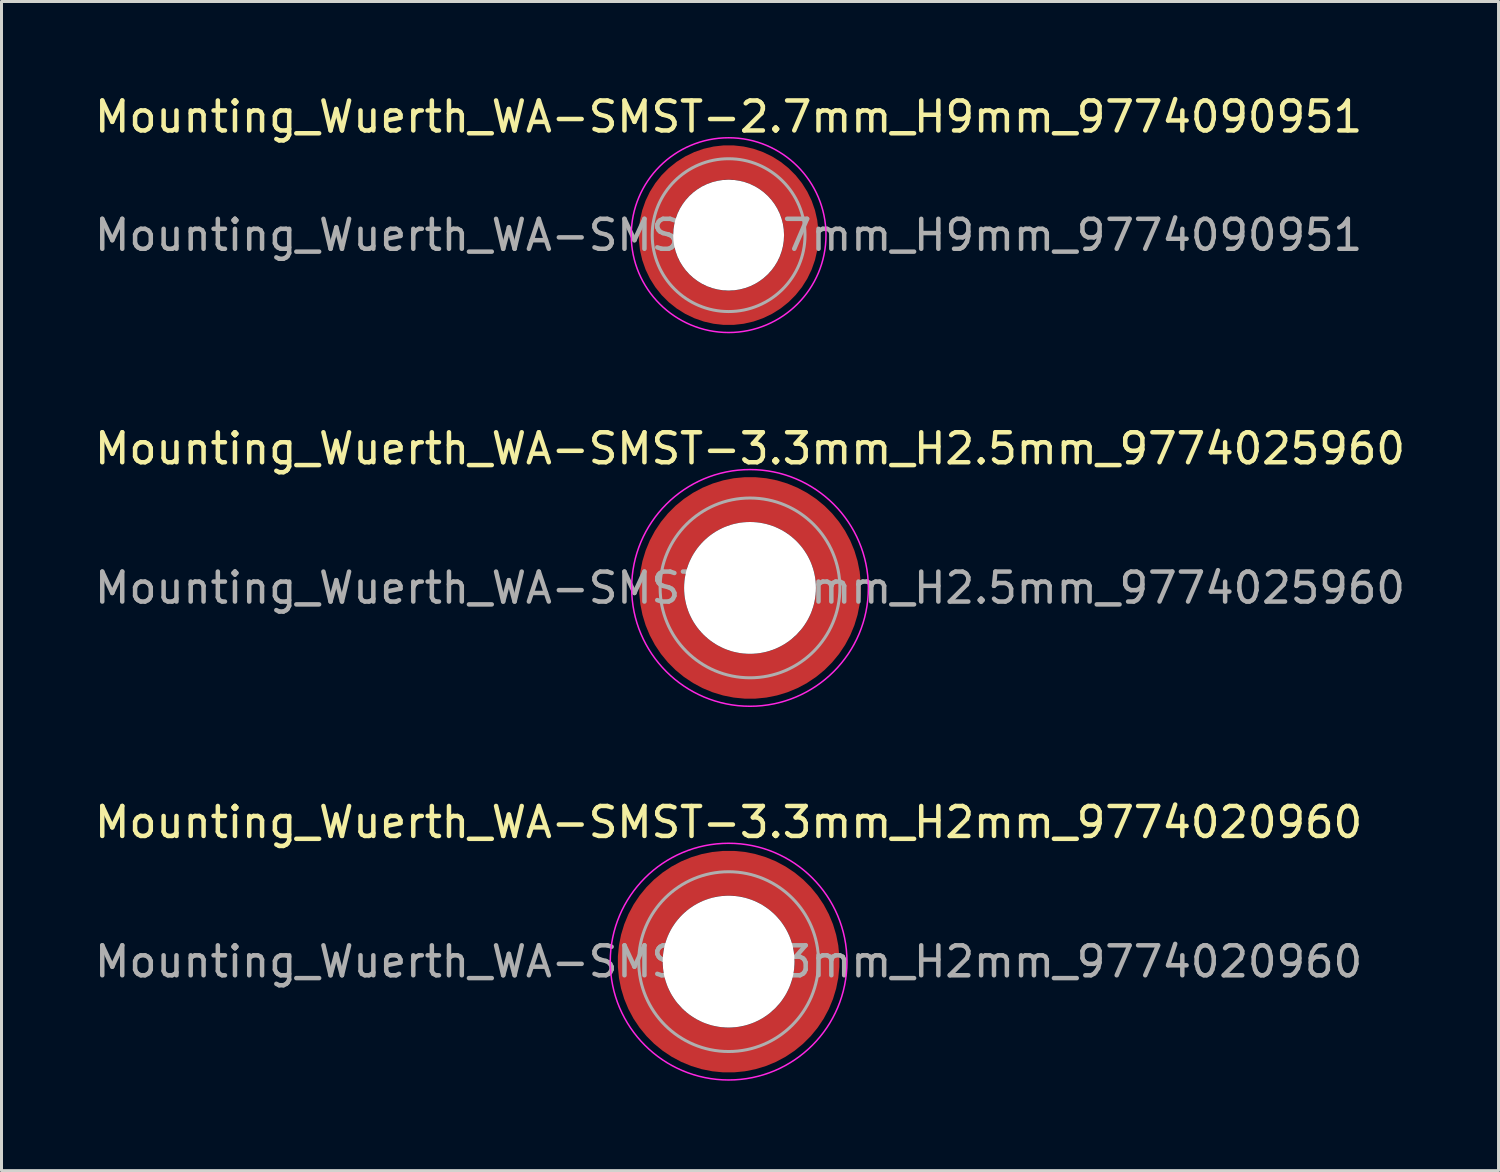
<source format=kicad_pcb>
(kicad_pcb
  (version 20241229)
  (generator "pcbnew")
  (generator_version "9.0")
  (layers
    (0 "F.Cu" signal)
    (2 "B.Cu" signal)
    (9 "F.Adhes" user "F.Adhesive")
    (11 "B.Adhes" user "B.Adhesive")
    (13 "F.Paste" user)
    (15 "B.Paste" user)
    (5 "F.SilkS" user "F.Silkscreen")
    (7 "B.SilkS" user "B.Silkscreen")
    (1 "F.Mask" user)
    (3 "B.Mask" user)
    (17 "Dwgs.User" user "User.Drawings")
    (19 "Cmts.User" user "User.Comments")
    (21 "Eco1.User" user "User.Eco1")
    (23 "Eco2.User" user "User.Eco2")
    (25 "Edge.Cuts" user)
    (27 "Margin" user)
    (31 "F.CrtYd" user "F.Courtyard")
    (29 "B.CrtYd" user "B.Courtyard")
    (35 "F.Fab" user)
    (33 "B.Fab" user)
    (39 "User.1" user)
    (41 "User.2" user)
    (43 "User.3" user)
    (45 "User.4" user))
  (footprint "Mounting_Wuerth_WA-SMST-2.7mm_H9mm_9774090951"
    (layer "F.Cu")
    (at 21.268 4.798)
    (property "Reference" "Mounting_Wuerth_WA-SMST-2.7mm_H9mm_9774090951" (at 0 -3.95 0) (layer "F.SilkS") (effects (font (size 1 1) (thickness 0.15))))
    (attr smd allow_soldermask_bridges)
    (fp_circle (center 0 0) (end 3.25 0) (stroke (width 0.05) (type solid)) (fill no) (layer "F.CrtYd"))
    (fp_circle (center 0 0) (end 2.55 0) (stroke (width 0.1) (type solid)) (fill no) (layer "F.Fab"))
    (fp_text user "${REFERENCE}" (at 0 0 0) (layer "F.Fab") (effects (font (size 1 1) (thickness 0.15))))
    (pad "" smd custom (at -1.704 -1.704) (size 0.51 0.51) (layers "F.Paste") (options (anchor circle)) (primitives (gr_arc (start -0.250195 1.279127) (mid 0.289914 0.289914) (end 1.279127 -0.250195) (width 0.2)) (gr_arc (start -0.34334 1.279127) (mid 0.225488 0.225488) (end 1.279127 -0.34334) (width 0.2)) (gr_arc (start -0.436309 1.279127) (mid 0.161063 0.161063) (end 1.279127 -0.436309) (width 0.2)) (gr_arc (start -0.529126 1.279127) (mid 0.096638 0.096638) (end 1.279127 -0.529126) (width 0.2)) (gr_arc (start -0.621807 1.279127) (mid 0.032213 0.032213) (end 1.279127 -0.621807) (width 0.2)) (gr_arc (start -0.71437 1.279127) (mid -0.032213 -0.032213) (end 1.279127 -0.71437) (width 0.2)) (gr_arc (start -0.806826 1.279127) (mid -0.096638 -0.096638) (end 1.279127 -0.806826) (width 0.2)) (gr_arc (start -0.899187 1.279127) (mid -0.161063 -0.161063) (end 1.279127 -0.899187) (width 0.2)) (gr_arc (start -0.991463 1.279127) (mid -0.225488 -0.225488) (end 1.279127 -0.991463) (width 0.2)) (gr_arc (start -1.083663 1.279127) (mid -0.289914 -0.289914) (end 1.279127 -1.083663) (width 0.2)) (gr_line (start 1.279 -0.25) (end 1.279 -1.084) (width 0.2)) (gr_line (start -0.25 1.279) (end -1.084 1.279) (width 0.2))))
    (pad "" smd custom (at -1.704 1.704) (size 0.51 0.51) (layers "F.Paste") (options (anchor circle)) (primitives (gr_arc (start 1.279127 0.250195) (mid 0.289914 -0.289914) (end -0.250195 -1.279127) (width 0.2)) (gr_arc (start 1.279127 0.34334) (mid 0.225488 -0.225488) (end -0.34334 -1.279127) (width 0.2)) (gr_arc (start 1.279127 0.436309) (mid 0.161063 -0.161063) (end -0.436309 -1.279127) (width 0.2)) (gr_arc (start 1.279127 0.529126) (mid 0.096638 -0.096638) (end -0.529126 -1.279127) (width 0.2)) (gr_arc (start 1.279127 0.621807) (mid 0.032213 -0.032213) (end -0.621807 -1.279127) (width 0.2)) (gr_arc (start 1.279127 0.71437) (mid -0.032213 0.032213) (end -0.71437 -1.279127) (width 0.2)) (gr_arc (start 1.279127 0.806826) (mid -0.096638 0.096638) (end -0.806826 -1.279127) (width 0.2)) (gr_arc (start 1.279127 0.899187) (mid -0.161063 0.161063) (end -0.899187 -1.279127) (width 0.2)) (gr_arc (start 1.279127 0.991463) (mid -0.225488 0.225488) (end -0.991463 -1.279127) (width 0.2)) (gr_arc (start 1.279127 1.083663) (mid -0.289914 0.289914) (end -1.083663 -1.279127) (width 0.2)) (gr_line (start -0.25 -1.279) (end -1.084 -1.279) (width 0.2)) (gr_line (start 1.279 0.25) (end 1.279 1.084) (width 0.2))))
    (pad "" np_thru_hole circle (at 0 0) (size 3.7 3.7) (drill 3.7) (layers "*.Cu" "*.Mask"))
    (pad "" smd custom (at 1.704 -1.704) (size 0.51 0.51) (layers "F.Paste") (options (anchor circle)) (primitives (gr_arc (start -1.279127 -0.250195) (mid -0.289914 0.289914) (end 0.250195 1.279127) (width 0.2)) (gr_arc (start -1.279127 -0.34334) (mid -0.225488 0.225488) (end 0.34334 1.279127) (width 0.2)) (gr_arc (start -1.279127 -0.436309) (mid -0.161063 0.161063) (end 0.436309 1.279127) (width 0.2)) (gr_arc (start -1.279127 -0.529126) (mid -0.096638 0.096638) (end 0.529126 1.279127) (width 0.2)) (gr_arc (start -1.279127 -0.621807) (mid -0.032213 0.032213) (end 0.621807 1.279127) (width 0.2)) (gr_arc (start -1.279127 -0.71437) (mid 0.032213 -0.032213) (end 0.71437 1.279127) (width 0.2)) (gr_arc (start -1.279127 -0.806826) (mid 0.096638 -0.096638) (end 0.806826 1.279127) (width 0.2)) (gr_arc (start -1.279127 -0.899187) (mid 0.161063 -0.161063) (end 0.899187 1.279127) (width 0.2)) (gr_arc (start -1.279127 -0.991463) (mid 0.225488 -0.225488) (end 0.991463 1.279127) (width 0.2)) (gr_arc (start -1.279127 -1.083663) (mid 0.289914 -0.289914) (end 1.083663 1.279127) (width 0.2)) (gr_line (start 0.25 1.279) (end 1.084 1.279) (width 0.2)) (gr_line (start -1.279 -0.25) (end -1.279 -1.084) (width 0.2))))
    (pad "" smd custom (at 1.704 1.704) (size 0.51 0.51) (layers "F.Paste") (options (anchor circle)) (primitives (gr_arc (start 0.250195 -1.279127) (mid -0.289914 -0.289914) (end -1.279127 0.250195) (width 0.2)) (gr_arc (start 0.34334 -1.279127) (mid -0.225488 -0.225488) (end -1.279127 0.34334) (width 0.2)) (gr_arc (start 0.436309 -1.279127) (mid -0.161063 -0.161063) (end -1.279127 0.436309) (width 0.2)) (gr_arc (start 0.529126 -1.279127) (mid -0.096638 -0.096638) (end -1.279127 0.529126) (width 0.2)) (gr_arc (start 0.621807 -1.279127) (mid -0.032213 -0.032213) (end -1.279127 0.621807) (width 0.2)) (gr_arc (start 0.71437 -1.279127) (mid 0.032213 0.032213) (end -1.279127 0.71437) (width 0.2)) (gr_arc (start 0.806826 -1.279127) (mid 0.096638 0.096638) (end -1.279127 0.806826) (width 0.2)) (gr_arc (start 0.899187 -1.279127) (mid 0.161063 0.161063) (end -1.279127 0.899187) (width 0.2)) (gr_arc (start 0.991463 -1.279127) (mid 0.225488 0.225488) (end -1.279127 0.991463) (width 0.2)) (gr_arc (start 1.083663 -1.279127) (mid 0.289914 0.289914) (end -1.279127 1.083663) (width 0.2)) (gr_line (start -1.279 0.25) (end -1.279 1.084) (width 0.2)) (gr_line (start 0.25 -1.279) (end 1.084 -1.279) (width 0.2))))
    (pad "1" smd circle (at -2.425 0) (size 0.642 0.642) (layers "F.Cu"))
    (pad "1" smd circle (at 0 -2.425) (size 0.642 0.642) (layers "F.Cu"))
    (pad "1" smd circle (at 0 2.425) (size 0.642 0.642) (layers "F.Cu"))
    (pad "1" smd custom (at 2.425 0) (size 1.15 1.15) (layers "F.Cu" "F.Mask") (options (anchor circle)) (primitives (gr_circle (center -2.425 0) (end 0 0) (width 1.15) (fill no)))))
  (footprint "Mounting_Wuerth_WA-SMST-3.3mm_H2mm_9774020960"
    (layer "F.Cu")
    (at 21.268 29.045)
    (property "Reference" "Mounting_Wuerth_WA-SMST-3.3mm_H2mm_9774020960" (at 0 -4.65 0) (layer "F.SilkS") (effects (font (size 1 1) (thickness 0.15))))
    (attr smd allow_soldermask_bridges)
    (fp_circle (center 0 0) (end 3.95 0) (stroke (width 0.05) (type solid)) (fill no) (layer "F.CrtYd"))
    (fp_circle (center 0 0) (end 3 0) (stroke (width 0.1) (type solid)) (fill no) (layer "F.Fab"))
    (fp_text user "${REFERENCE}" (at 0 0 0) (layer "F.Fab") (effects (font (size 1 1) (thickness 0.15))))
    (pad "" smd custom (at -2.058 -2.058) (size 0.55 0.55) (layers "F.Paste") (options (anchor circle)) (primitives (gr_arc (start -0.377294 1.707681) (mid 0.318198 0.318198) (end 1.707681 -0.377294) (width 0.2)) (gr_arc (start -0.478281 1.707681) (mid 0.247487 0.247487) (end 1.707681 -0.478281) (width 0.2)) (gr_arc (start -0.579192 1.707681) (mid 0.176777 0.176777) (end 1.707681 -0.579192) (width 0.2)) (gr_arc (start -0.680037 1.707681) (mid 0.106066 0.106066) (end 1.707681 -0.680037) (width 0.2)) (gr_arc (start -0.780822 1.707681) (mid 0.035355 0.035355) (end 1.707681 -0.780822) (width 0.2)) (gr_arc (start -0.881554 1.707681) (mid -0.035355 -0.035355) (end 1.707681 -0.881554) (width 0.2)) (gr_arc (start -0.982237 1.707681) (mid -0.106066 -0.106066) (end 1.707681 -0.982237) (width 0.2)) (gr_arc (start -1.082877 1.707681) (mid -0.176777 -0.176777) (end 1.707681 -1.082877) (width 0.2)) (gr_arc (start -1.183476 1.707681) (mid -0.247487 -0.247487) (end 1.707681 -1.183476) (width 0.2)) (gr_arc (start -1.28404 1.707681) (mid -0.318198 -0.318198) (end 1.707681 -1.28404) (width 0.2)) (gr_line (start 1.708 -0.377) (end 1.708 -1.284) (width 0.2)) (gr_line (start -0.377 1.708) (end -1.284 1.708) (width 0.2))))
    (pad "" smd custom (at -2.058 2.058) (size 0.55 0.55) (layers "F.Paste") (options (anchor circle)) (primitives (gr_arc (start 1.707681 0.377294) (mid 0.318198 -0.318198) (end -0.377294 -1.707681) (width 0.2)) (gr_arc (start 1.707681 0.478281) (mid 0.247487 -0.247487) (end -0.478281 -1.707681) (width 0.2)) (gr_arc (start 1.707681 0.579192) (mid 0.176777 -0.176777) (end -0.579192 -1.707681) (width 0.2)) (gr_arc (start 1.707681 0.680037) (mid 0.106066 -0.106066) (end -0.680037 -1.707681) (width 0.2)) (gr_arc (start 1.707681 0.780822) (mid 0.035355 -0.035355) (end -0.780822 -1.707681) (width 0.2)) (gr_arc (start 1.707681 0.881554) (mid -0.035355 0.035355) (end -0.881554 -1.707681) (width 0.2)) (gr_arc (start 1.707681 0.982237) (mid -0.106066 0.106066) (end -0.982237 -1.707681) (width 0.2)) (gr_arc (start 1.707681 1.082877) (mid -0.176777 0.176777) (end -1.082877 -1.707681) (width 0.2)) (gr_arc (start 1.707681 1.183476) (mid -0.247487 0.247487) (end -1.183476 -1.707681) (width 0.2)) (gr_arc (start 1.707681 1.28404) (mid -0.318198 0.318198) (end -1.28404 -1.707681) (width 0.2)) (gr_line (start -0.377 -1.708) (end -1.284 -1.708) (width 0.2)) (gr_line (start 1.708 0.377) (end 1.708 1.284) (width 0.2))))
    (pad "" np_thru_hole circle (at 0 0) (size 4.4 4.4) (drill 4.4) (layers "*.Cu" "*.Mask"))
    (pad "" smd custom (at 2.058 -2.058) (size 0.55 0.55) (layers "F.Paste") (options (anchor circle)) (primitives (gr_arc (start -1.707681 -0.377294) (mid -0.318198 0.318198) (end 0.377294 1.707681) (width 0.2)) (gr_arc (start -1.707681 -0.478281) (mid -0.247487 0.247487) (end 0.478281 1.707681) (width 0.2)) (gr_arc (start -1.707681 -0.579192) (mid -0.176777 0.176777) (end 0.579192 1.707681) (width 0.2)) (gr_arc (start -1.707681 -0.680037) (mid -0.106066 0.106066) (end 0.680037 1.707681) (width 0.2)) (gr_arc (start -1.707681 -0.780822) (mid -0.035355 0.035355) (end 0.780822 1.707681) (width 0.2)) (gr_arc (start -1.707681 -0.881554) (mid 0.035355 -0.035355) (end 0.881554 1.707681) (width 0.2)) (gr_arc (start -1.707681 -0.982237) (mid 0.106066 -0.106066) (end 0.982237 1.707681) (width 0.2)) (gr_arc (start -1.707681 -1.082877) (mid 0.176777 -0.176777) (end 1.082877 1.707681) (width 0.2)) (gr_arc (start -1.707681 -1.183476) (mid 0.247487 -0.247487) (end 1.183476 1.707681) (width 0.2)) (gr_arc (start -1.707681 -1.28404) (mid 0.318198 -0.318198) (end 1.28404 1.707681) (width 0.2)) (gr_line (start 0.377 1.708) (end 1.284 1.708) (width 0.2)) (gr_line (start -1.708 -0.377) (end -1.708 -1.284) (width 0.2))))
    (pad "" smd custom (at 2.058 2.058) (size 0.55 0.55) (layers "F.Paste") (options (anchor circle)) (primitives (gr_arc (start 0.377294 -1.707681) (mid -0.318198 -0.318198) (end -1.707681 0.377294) (width 0.2)) (gr_arc (start 0.478281 -1.707681) (mid -0.247487 -0.247487) (end -1.707681 0.478281) (width 0.2)) (gr_arc (start 0.579192 -1.707681) (mid -0.176777 -0.176777) (end -1.707681 0.579192) (width 0.2)) (gr_arc (start 0.680037 -1.707681) (mid -0.106066 -0.106066) (end -1.707681 0.680037) (width 0.2)) (gr_arc (start 0.780822 -1.707681) (mid -0.035355 -0.035355) (end -1.707681 0.780822) (width 0.2)) (gr_arc (start 0.881554 -1.707681) (mid 0.035355 0.035355) (end -1.707681 0.881554) (width 0.2)) (gr_arc (start 0.982237 -1.707681) (mid 0.106066 0.106066) (end -1.707681 0.982237) (width 0.2)) (gr_arc (start 1.082877 -1.707681) (mid 0.176777 0.176777) (end -1.707681 1.082877) (width 0.2)) (gr_arc (start 1.183476 -1.707681) (mid 0.247487 0.247487) (end -1.707681 1.183476) (width 0.2)) (gr_arc (start 1.28404 -1.707681) (mid 0.318198 0.318198) (end -1.707681 1.28404) (width 0.2)) (gr_line (start -1.708 0.377) (end -1.708 1.284) (width 0.2)) (gr_line (start 0.377 -1.708) (end 1.284 -1.708) (width 0.2))))
    (pad "1" smd circle (at -2.95 0) (size 0.992 0.992) (layers "F.Cu"))
    (pad "1" smd circle (at 0 -2.95) (size 0.992 0.992) (layers "F.Cu"))
    (pad "1" smd circle (at 0 2.95) (size 0.992 0.992) (layers "F.Cu"))
    (pad "1" smd custom (at 2.95 0) (size 1.5 1.5) (layers "F.Cu" "F.Mask") (options (anchor circle)) (primitives (gr_circle (center -2.95 0) (end 0 0) (width 1.5) (fill no)))))
  (footprint "Mounting_Wuerth_WA-SMST-3.3mm_H2.5mm_9774025960"
    (layer "F.Cu")
    (at 21.982 16.572)
    (property "Reference" "Mounting_Wuerth_WA-SMST-3.3mm_H2.5mm_9774025960" (at 0 -4.65 0) (layer "F.SilkS") (effects (font (size 1 1) (thickness 0.15))))
    (attr smd allow_soldermask_bridges)
    (fp_circle (center 0 0) (end 3.95 0) (stroke (width 0.05) (type solid)) (fill no) (layer "F.CrtYd"))
    (fp_circle (center 0 0) (end 3 0) (stroke (width 0.1) (type solid)) (fill no) (layer "F.Fab"))
    (fp_text user "${REFERENCE}" (at 0 0 0) (layer "F.Fab") (effects (font (size 1 1) (thickness 0.15))))
    (pad "" smd custom (at -2.058 -2.058) (size 0.55 0.55) (layers "F.Paste") (options (anchor circle)) (primitives (gr_arc (start -0.377294 1.707681) (mid 0.318198 0.318198) (end 1.707681 -0.377294) (width 0.2)) (gr_arc (start -0.478281 1.707681) (mid 0.247487 0.247487) (end 1.707681 -0.478281) (width 0.2)) (gr_arc (start -0.579192 1.707681) (mid 0.176777 0.176777) (end 1.707681 -0.579192) (width 0.2)) (gr_arc (start -0.680037 1.707681) (mid 0.106066 0.106066) (end 1.707681 -0.680037) (width 0.2)) (gr_arc (start -0.780822 1.707681) (mid 0.035355 0.035355) (end 1.707681 -0.780822) (width 0.2)) (gr_arc (start -0.881554 1.707681) (mid -0.035355 -0.035355) (end 1.707681 -0.881554) (width 0.2)) (gr_arc (start -0.982237 1.707681) (mid -0.106066 -0.106066) (end 1.707681 -0.982237) (width 0.2)) (gr_arc (start -1.082877 1.707681) (mid -0.176777 -0.176777) (end 1.707681 -1.082877) (width 0.2)) (gr_arc (start -1.183476 1.707681) (mid -0.247487 -0.247487) (end 1.707681 -1.183476) (width 0.2)) (gr_arc (start -1.28404 1.707681) (mid -0.318198 -0.318198) (end 1.707681 -1.28404) (width 0.2)) (gr_line (start 1.708 -0.377) (end 1.708 -1.284) (width 0.2)) (gr_line (start -0.377 1.708) (end -1.284 1.708) (width 0.2))))
    (pad "" smd custom (at -2.058 2.058) (size 0.55 0.55) (layers "F.Paste") (options (anchor circle)) (primitives (gr_arc (start 1.707681 0.377294) (mid 0.318198 -0.318198) (end -0.377294 -1.707681) (width 0.2)) (gr_arc (start 1.707681 0.478281) (mid 0.247487 -0.247487) (end -0.478281 -1.707681) (width 0.2)) (gr_arc (start 1.707681 0.579192) (mid 0.176777 -0.176777) (end -0.579192 -1.707681) (width 0.2)) (gr_arc (start 1.707681 0.680037) (mid 0.106066 -0.106066) (end -0.680037 -1.707681) (width 0.2)) (gr_arc (start 1.707681 0.780822) (mid 0.035355 -0.035355) (end -0.780822 -1.707681) (width 0.2)) (gr_arc (start 1.707681 0.881554) (mid -0.035355 0.035355) (end -0.881554 -1.707681) (width 0.2)) (gr_arc (start 1.707681 0.982237) (mid -0.106066 0.106066) (end -0.982237 -1.707681) (width 0.2)) (gr_arc (start 1.707681 1.082877) (mid -0.176777 0.176777) (end -1.082877 -1.707681) (width 0.2)) (gr_arc (start 1.707681 1.183476) (mid -0.247487 0.247487) (end -1.183476 -1.707681) (width 0.2)) (gr_arc (start 1.707681 1.28404) (mid -0.318198 0.318198) (end -1.28404 -1.707681) (width 0.2)) (gr_line (start -0.377 -1.708) (end -1.284 -1.708) (width 0.2)) (gr_line (start 1.708 0.377) (end 1.708 1.284) (width 0.2))))
    (pad "" np_thru_hole circle (at 0 0) (size 4.4 4.4) (drill 4.4) (layers "*.Cu" "*.Mask"))
    (pad "" smd custom (at 2.058 -2.058) (size 0.55 0.55) (layers "F.Paste") (options (anchor circle)) (primitives (gr_arc (start -1.707681 -0.377294) (mid -0.318198 0.318198) (end 0.377294 1.707681) (width 0.2)) (gr_arc (start -1.707681 -0.478281) (mid -0.247487 0.247487) (end 0.478281 1.707681) (width 0.2)) (gr_arc (start -1.707681 -0.579192) (mid -0.176777 0.176777) (end 0.579192 1.707681) (width 0.2)) (gr_arc (start -1.707681 -0.680037) (mid -0.106066 0.106066) (end 0.680037 1.707681) (width 0.2)) (gr_arc (start -1.707681 -0.780822) (mid -0.035355 0.035355) (end 0.780822 1.707681) (width 0.2)) (gr_arc (start -1.707681 -0.881554) (mid 0.035355 -0.035355) (end 0.881554 1.707681) (width 0.2)) (gr_arc (start -1.707681 -0.982237) (mid 0.106066 -0.106066) (end 0.982237 1.707681) (width 0.2)) (gr_arc (start -1.707681 -1.082877) (mid 0.176777 -0.176777) (end 1.082877 1.707681) (width 0.2)) (gr_arc (start -1.707681 -1.183476) (mid 0.247487 -0.247487) (end 1.183476 1.707681) (width 0.2)) (gr_arc (start -1.707681 -1.28404) (mid 0.318198 -0.318198) (end 1.28404 1.707681) (width 0.2)) (gr_line (start 0.377 1.708) (end 1.284 1.708) (width 0.2)) (gr_line (start -1.708 -0.377) (end -1.708 -1.284) (width 0.2))))
    (pad "" smd custom (at 2.058 2.058) (size 0.55 0.55) (layers "F.Paste") (options (anchor circle)) (primitives (gr_arc (start 0.377294 -1.707681) (mid -0.318198 -0.318198) (end -1.707681 0.377294) (width 0.2)) (gr_arc (start 0.478281 -1.707681) (mid -0.247487 -0.247487) (end -1.707681 0.478281) (width 0.2)) (gr_arc (start 0.579192 -1.707681) (mid -0.176777 -0.176777) (end -1.707681 0.579192) (width 0.2)) (gr_arc (start 0.680037 -1.707681) (mid -0.106066 -0.106066) (end -1.707681 0.680037) (width 0.2)) (gr_arc (start 0.780822 -1.707681) (mid -0.035355 -0.035355) (end -1.707681 0.780822) (width 0.2)) (gr_arc (start 0.881554 -1.707681) (mid 0.035355 0.035355) (end -1.707681 0.881554) (width 0.2)) (gr_arc (start 0.982237 -1.707681) (mid 0.106066 0.106066) (end -1.707681 0.982237) (width 0.2)) (gr_arc (start 1.082877 -1.707681) (mid 0.176777 0.176777) (end -1.707681 1.082877) (width 0.2)) (gr_arc (start 1.183476 -1.707681) (mid 0.247487 0.247487) (end -1.707681 1.183476) (width 0.2)) (gr_arc (start 1.28404 -1.707681) (mid 0.318198 0.318198) (end -1.707681 1.28404) (width 0.2)) (gr_line (start -1.708 0.377) (end -1.708 1.284) (width 0.2)) (gr_line (start 0.377 -1.708) (end 1.284 -1.708) (width 0.2))))
    (pad "1" smd circle (at -2.95 0) (size 0.992 0.992) (layers "F.Cu"))
    (pad "1" smd circle (at 0 -2.95) (size 0.992 0.992) (layers "F.Cu"))
    (pad "1" smd circle (at 0 2.95) (size 0.992 0.992) (layers "F.Cu"))
    (pad "1" smd custom (at 2.95 0) (size 1.5 1.5) (layers "F.Cu" "F.Mask") (options (anchor circle)) (primitives (gr_circle (center -2.95 0) (end 0 0) (width 1.5) (fill no)))))
  (gr_rect
    (start -3 -3)
    (end 46.964 36.02)
    (stroke (width 0.1) (type default))
    (fill no)
    (layer "Edge.Cuts")))
</source>
